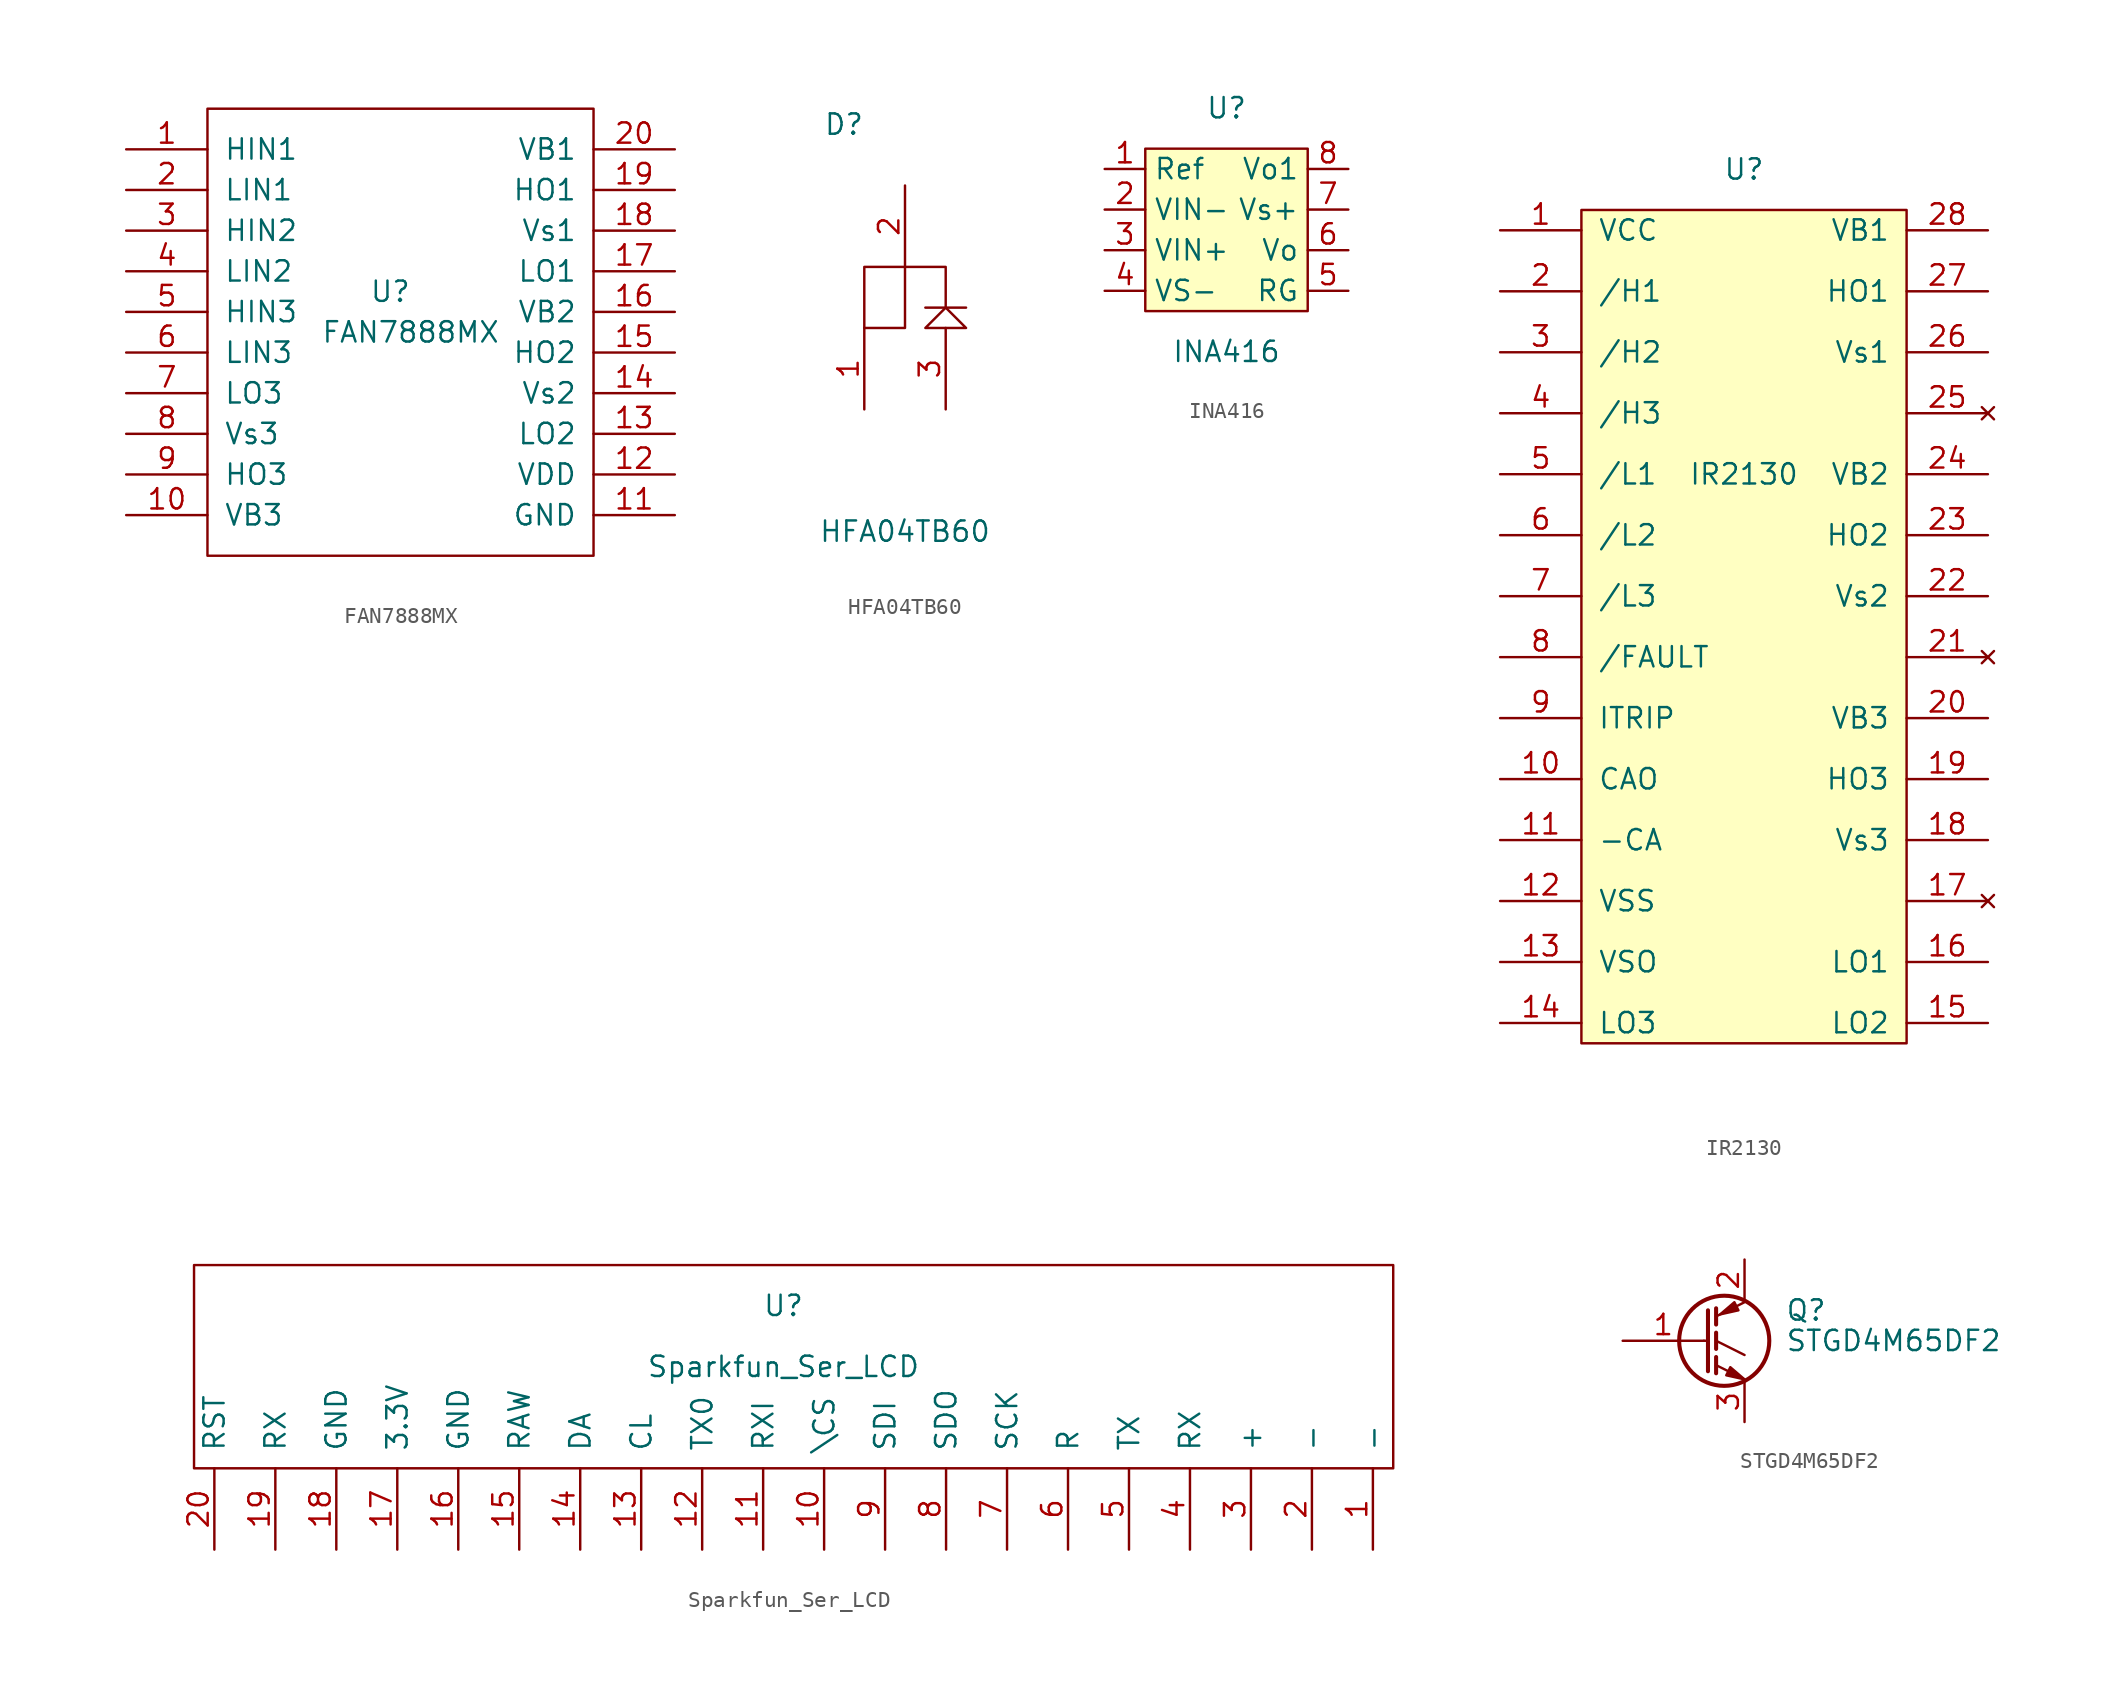
<source format=kicad_sym>
(kicad_symbol_lib
  (version 20231120)
  (generator "kicad_symbol_editor")
  (generator_version "8.0")
  (symbol "FAN7888MX"
    (pin_names
      (offset 1.016))
    (property "Reference" "U"
      (at -1.27 2.54 0)
      (effects (font (size 1.27 1.27))))
    (property "Value" "FAN7888MX"
      (at 0 0 0)
      (effects (font (size 1.27 1.27))))
    (symbol "FAN7888MX_0_1"
      (rectangle (start -12.7 13.97) (end 11.43 -13.97) (stroke (width 0) (type default)) (fill (type none))))
    (symbol "FAN7888MX_1_1"
      (pin input line (at -17.78 11.43 0) (length 5.08) (name "HIN1" (effects (font (size 1.27 1.27)))) (number "1" (effects (font (size 1.27 1.27)))))
      (pin output line (at -17.78 -11.43 0) (length 5.08) (name "VB3" (effects (font (size 1.27 1.27)))) (number "10" (effects (font (size 1.27 1.27)))))
      (pin power_in line (at 16.51 -11.43 180) (length 5.08) (name "GND" (effects (font (size 1.27 1.27)))) (number "11" (effects (font (size 1.27 1.27)))))
      (pin output line (at 16.51 -8.89 180) (length 5.08) (name "VDD" (effects (font (size 1.27 1.27)))) (number "12" (effects (font (size 1.27 1.27)))))
      (pin output line (at 16.51 -6.35 180) (length 5.08) (name "LO2" (effects (font (size 1.27 1.27)))) (number "13" (effects (font (size 1.27 1.27)))))
      (pin output line (at 16.51 -3.81 180) (length 5.08) (name "Vs2" (effects (font (size 1.27 1.27)))) (number "14" (effects (font (size 1.27 1.27)))))
      (pin output line (at 16.51 -1.27 180) (length 5.08) (name "HO2" (effects (font (size 1.27 1.27)))) (number "15" (effects (font (size 1.27 1.27)))))
      (pin output line (at 16.51 1.27 180) (length 5.08) (name "VB2" (effects (font (size 1.27 1.27)))) (number "16" (effects (font (size 1.27 1.27)))))
      (pin output line (at 16.51 3.81 180) (length 5.08) (name "LO1" (effects (font (size 1.27 1.27)))) (number "17" (effects (font (size 1.27 1.27)))))
      (pin output line (at 16.51 6.35 180) (length 5.08) (name "Vs1" (effects (font (size 1.27 1.27)))) (number "18" (effects (font (size 1.27 1.27)))))
      (pin output line (at 16.51 8.89 180) (length 5.08) (name "HO1" (effects (font (size 1.27 1.27)))) (number "19" (effects (font (size 1.27 1.27)))))
      (pin input line (at -17.78 8.89 0) (length 5.08) (name "LIN1" (effects (font (size 1.27 1.27)))) (number "2" (effects (font (size 1.27 1.27)))))
      (pin output line (at 16.51 11.43 180) (length 5.08) (name "VB1" (effects (font (size 1.27 1.27)))) (number "20" (effects (font (size 1.27 1.27)))))
      (pin input line (at -17.78 6.35 0) (length 5.08) (name "HIN2" (effects (font (size 1.27 1.27)))) (number "3" (effects (font (size 1.27 1.27)))))
      (pin input line (at -17.78 3.81 0) (length 5.08) (name "LIN2" (effects (font (size 1.27 1.27)))) (number "4" (effects (font (size 1.27 1.27)))))
      (pin input line (at -17.78 1.27 0) (length 5.08) (name "HIN3" (effects (font (size 1.27 1.27)))) (number "5" (effects (font (size 1.27 1.27)))))
      (pin input line (at -17.78 -1.27 0) (length 5.08) (name "LIN3" (effects (font (size 1.27 1.27)))) (number "6" (effects (font (size 1.27 1.27)))))
      (pin output line (at -17.78 -3.81 0) (length 5.08) (name "LO3" (effects (font (size 1.27 1.27)))) (number "7" (effects (font (size 1.27 1.27)))))
      (pin output line (at -17.78 -6.35 0) (length 5.08) (name "Vs3" (effects (font (size 1.27 1.27)))) (number "8" (effects (font (size 1.27 1.27)))))
      (pin output line (at -17.78 -8.89 0) (length 5.08) (name "HO3" (effects (font (size 1.27 1.27)))) (number "9" (effects (font (size 1.27 1.27)))))))
  (symbol "HFA04TB60"
    (pin_names
      (offset 1.016))
    (property "Reference" "D"
      (at -3.81 11.43 0)
      (effects (font (size 1.27 1.27))))
    (property "Value" "HFA04TB60"
      (at 0 -13.97 0)
      (effects (font (size 1.27 1.27))))
    (symbol "HFA04TB60_0_1"
      (polyline (pts (xy 2.54 -1.27) (xy 3.81 -1.27) (xy 2.54 0) (xy 1.27 -1.27) (xy 2.54 -1.27)) (stroke (width 0) (type default)) (fill (type none)))
      (polyline (pts (xy 1.27 0) (xy 3.81 0) (xy 2.54 0) (xy 2.54 2.54) (xy 0 2.54) (xy -2.54 2.54) (xy -2.54 -1.27) (xy 0 -1.27) (xy 0 2.54)) (stroke (width 0) (type default)) (fill (type none))))
    (symbol "HFA04TB60_1_1"
      (pin input line (at -2.54 -6.35 90) (length 5.08) (name "~" (effects (font (size 1.27 1.27)))) (number "1" (effects (font (size 1.27 1.27)))))
      (pin input line (at 0 7.62 270) (length 5.08) (name "~" (effects (font (size 1.27 1.27)))) (number "2" (effects (font (size 1.27 1.27)))))
      (pin input line (at 2.54 -6.35 90) (length 5.08) (name "~" (effects (font (size 1.27 1.27)))) (number "3" (effects (font (size 1.27 1.27)))))))
  (symbol "INA416"
    (property "Reference" "U"
      (at 0 7.62 0)
      (effects (font (size 1.27 1.27))))
    (property "Value" "INA416"
      (at 0 -7.62 0)
      (effects (font (size 1.27 1.27))))
    (symbol "INA416_0_1"
      (rectangle (start -5.08 5.08) (end 5.08 -5.08) (stroke (width 0) (type default)) (fill (type background))))
    (symbol "INA416_1_1"
      (pin input line (at -7.62 3.81 0) (length 2.54) (name "Ref" (effects (font (size 1.27 1.27)))) (number "1" (effects (font (size 1.27 1.27)))))
      (pin input line (at -7.62 1.27 0) (length 2.54) (name "VIN-" (effects (font (size 1.27 1.27)))) (number "2" (effects (font (size 1.27 1.27)))))
      (pin input line (at -7.62 -1.27 0) (length 2.54) (name "VIN+" (effects (font (size 1.27 1.27)))) (number "3" (effects (font (size 1.27 1.27)))))
      (pin input line (at -7.62 -3.81 0) (length 2.54) (name "VS-" (effects (font (size 1.27 1.27)))) (number "4" (effects (font (size 1.27 1.27)))))
      (pin input line (at 7.62 -3.81 180) (length 2.54) (name "RG" (effects (font (size 1.27 1.27)))) (number "5" (effects (font (size 1.27 1.27)))))
      (pin input line (at 7.62 -1.27 180) (length 2.54) (name "Vo" (effects (font (size 1.27 1.27)))) (number "6" (effects (font (size 1.27 1.27)))))
      (pin input line (at 7.62 1.27 180) (length 2.54) (name "Vs+" (effects (font (size 1.27 1.27)))) (number "7" (effects (font (size 1.27 1.27)))))
      (pin input line (at 7.62 3.81 180) (length 2.54) (name "Vo1" (effects (font (size 1.27 1.27)))) (number "8" (effects (font (size 1.27 1.27)))))))
  (symbol "IR2130"
    (pin_names
      (offset 1.016))
    (property "Reference" "U"
      (at 0 29.21 0)
      (effects (font (size 1.27 1.27))))
    (property "Value" "IR2130"
      (at 0 10.16 0)
      (effects (font (size 1.27 1.27))))
    (symbol "IR2130_0_1"
      (rectangle (start -10.16 26.67) (end 10.16 -25.4) (stroke (width 0) (type default)) (fill (type background))))
    (symbol "IR2130_1_1"
      (pin power_in line (at -15.24 25.4 0) (length 5.08) (name "VCC" (effects (font (size 1.27 1.27)))) (number "1" (effects (font (size 1.27 1.27)))))
      (pin output line (at -15.24 -8.89 0) (length 5.08) (name "CAO" (effects (font (size 1.27 1.27)))) (number "10" (effects (font (size 1.27 1.27)))))
      (pin input line (at -15.24 -12.7 0) (length 5.08) (name "-CA" (effects (font (size 1.27 1.27)))) (number "11" (effects (font (size 1.27 1.27)))))
      (pin power_in line (at -15.24 -16.51 0) (length 5.08) (name "VSS" (effects (font (size 1.27 1.27)))) (number "12" (effects (font (size 1.27 1.27)))))
      (pin power_in line (at -15.24 -20.32 0) (length 5.08) (name "VSO" (effects (font (size 1.27 1.27)))) (number "13" (effects (font (size 1.27 1.27)))))
      (pin power_out line (at -15.24 -24.13 0) (length 5.08) (name "LO3" (effects (font (size 1.27 1.27)))) (number "14" (effects (font (size 1.27 1.27)))))
      (pin power_out line (at 15.24 -24.13 180) (length 5.08) (name "LO2" (effects (font (size 1.27 1.27)))) (number "15" (effects (font (size 1.27 1.27)))))
      (pin power_out line (at 15.24 -20.32 180) (length 5.08) (name "LO1" (effects (font (size 1.27 1.27)))) (number "16" (effects (font (size 1.27 1.27)))))
      (pin no_connect line (at 15.24 -16.51 180) (length 5.08) (name "~" (effects (font (size 1.27 1.27)))) (number "17" (effects (font (size 1.27 1.27)))))
      (pin input line (at 15.24 -12.7 180) (length 5.08) (name "Vs3" (effects (font (size 1.27 1.27)))) (number "18" (effects (font (size 1.27 1.27)))))
      (pin power_out line (at 15.24 -8.89 180) (length 5.08) (name "HO3" (effects (font (size 1.27 1.27)))) (number "19" (effects (font (size 1.27 1.27)))))
      (pin input line (at -15.24 21.59 0) (length 5.08) (name "/H1" (effects (font (size 1.27 1.27)))) (number "2" (effects (font (size 1.27 1.27)))))
      (pin power_in line (at 15.24 -5.08 180) (length 5.08) (name "VB3" (effects (font (size 1.27 1.27)))) (number "20" (effects (font (size 1.27 1.27)))))
      (pin no_connect line (at 15.24 -1.27 180) (length 5.08) (name "~" (effects (font (size 1.27 1.27)))) (number "21" (effects (font (size 1.27 1.27)))))
      (pin input line (at 15.24 2.54 180) (length 5.08) (name "Vs2" (effects (font (size 1.27 1.27)))) (number "22" (effects (font (size 1.27 1.27)))))
      (pin power_out line (at 15.24 6.35 180) (length 5.08) (name "HO2" (effects (font (size 1.27 1.27)))) (number "23" (effects (font (size 1.27 1.27)))))
      (pin power_in line (at 15.24 10.16 180) (length 5.08) (name "VB2" (effects (font (size 1.27 1.27)))) (number "24" (effects (font (size 1.27 1.27)))))
      (pin no_connect line (at 15.24 13.97 180) (length 5.08) (name "~" (effects (font (size 1.27 1.27)))) (number "25" (effects (font (size 1.27 1.27)))))
      (pin input line (at 15.24 17.78 180) (length 5.08) (name "Vs1" (effects (font (size 1.27 1.27)))) (number "26" (effects (font (size 1.27 1.27)))))
      (pin power_out line (at 15.24 21.59 180) (length 5.08) (name "HO1" (effects (font (size 1.27 1.27)))) (number "27" (effects (font (size 1.27 1.27)))))
      (pin power_in line (at 15.24 25.4 180) (length 5.08) (name "VB1" (effects (font (size 1.27 1.27)))) (number "28" (effects (font (size 1.27 1.27)))))
      (pin input line (at -15.24 17.78 0) (length 5.08) (name "/H2" (effects (font (size 1.27 1.27)))) (number "3" (effects (font (size 1.27 1.27)))))
      (pin input line (at -15.24 13.97 0) (length 5.08) (name "/H3" (effects (font (size 1.27 1.27)))) (number "4" (effects (font (size 1.27 1.27)))))
      (pin input line (at -15.24 10.16 0) (length 5.08) (name "/L1" (effects (font (size 1.27 1.27)))) (number "5" (effects (font (size 1.27 1.27)))))
      (pin input line (at -15.24 6.35 0) (length 5.08) (name "/L2" (effects (font (size 1.27 1.27)))) (number "6" (effects (font (size 1.27 1.27)))))
      (pin input line (at -15.24 2.54 0) (length 5.08) (name "/L3" (effects (font (size 1.27 1.27)))) (number "7" (effects (font (size 1.27 1.27)))))
      (pin output line (at -15.24 -1.27 0) (length 5.08) (name "/FAULT" (effects (font (size 1.27 1.27)))) (number "8" (effects (font (size 1.27 1.27)))))
      (pin input line (at -15.24 -5.08 0) (length 5.08) (name "ITRIP" (effects (font (size 1.27 1.27)))) (number "9" (effects (font (size 1.27 1.27)))))))
  (symbol "Sparkfun_Ser_LCD"
    (pin_names
      (offset 1.016))
    (property "Reference" "U"
      (at 0 2.54 0)
      (effects (font (size 1.27 1.27))))
    (property "Value" "Sparkfun_Ser_LCD"
      (at 0 -1.27 0)
      (effects (font (size 1.27 1.27))))
    (symbol "Sparkfun_Ser_LCD_0_1"
      (rectangle (start -36.83 5.08) (end 38.1 -7.62) (stroke (width 0) (type default)) (fill (type none))))
    (symbol "Sparkfun_Ser_LCD_1_1"
      (pin bidirectional line (at 36.83 -12.7 90) (length 5.08) (name "-" (effects (font (size 1.27 1.27)))) (number "1" (effects (font (size 1.27 1.27)))))
      (pin bidirectional line (at 2.54 -12.7 90) (length 5.08) (name "\\CS" (effects (font (size 1.27 1.27)))) (number "10" (effects (font (size 1.27 1.27)))))
      (pin bidirectional line (at -1.27 -12.7 90) (length 5.08) (name "RXI" (effects (font (size 1.27 1.27)))) (number "11" (effects (font (size 1.27 1.27)))))
      (pin bidirectional line (at -5.08 -12.7 90) (length 5.08) (name "TX0" (effects (font (size 1.27 1.27)))) (number "12" (effects (font (size 1.27 1.27)))))
      (pin bidirectional line (at -8.89 -12.7 90) (length 5.08) (name "CL" (effects (font (size 1.27 1.27)))) (number "13" (effects (font (size 1.27 1.27)))))
      (pin bidirectional line (at -12.7 -12.7 90) (length 5.08) (name "DA" (effects (font (size 1.27 1.27)))) (number "14" (effects (font (size 1.27 1.27)))))
      (pin bidirectional line (at -16.51 -12.7 90) (length 5.08) (name "RAW" (effects (font (size 1.27 1.27)))) (number "15" (effects (font (size 1.27 1.27)))))
      (pin power_in line (at -20.32 -12.7 90) (length 5.08) (name "GND" (effects (font (size 1.27 1.27)))) (number "16" (effects (font (size 1.27 1.27)))))
      (pin power_in line (at -24.13 -12.7 90) (length 5.08) (name "3.3V" (effects (font (size 1.27 1.27)))) (number "17" (effects (font (size 1.27 1.27)))))
      (pin power_in line (at -27.94 -12.7 90) (length 5.08) (name "GND" (effects (font (size 1.27 1.27)))) (number "18" (effects (font (size 1.27 1.27)))))
      (pin output line (at -31.75 -12.7 90) (length 5.08) (name "RX" (effects (font (size 1.27 1.27)))) (number "19" (effects (font (size 1.27 1.27)))))
      (pin bidirectional line (at 33.02 -12.7 90) (length 5.08) (name "-" (effects (font (size 1.27 1.27)))) (number "2" (effects (font (size 1.27 1.27)))))
      (pin output line (at -35.56 -12.7 90) (length 5.08) (name "RST" (effects (font (size 1.27 1.27)))) (number "20" (effects (font (size 1.27 1.27)))))
      (pin bidirectional line (at 29.21 -12.7 90) (length 5.08) (name "+" (effects (font (size 1.27 1.27)))) (number "3" (effects (font (size 1.27 1.27)))))
      (pin bidirectional line (at 25.4 -12.7 90) (length 5.08) (name "RX" (effects (font (size 1.27 1.27)))) (number "4" (effects (font (size 1.27 1.27)))))
      (pin bidirectional line (at 21.59 -12.7 90) (length 5.08) (name "TX" (effects (font (size 1.27 1.27)))) (number "5" (effects (font (size 1.27 1.27)))))
      (pin bidirectional line (at 17.78 -12.7 90) (length 5.08) (name "R" (effects (font (size 1.27 1.27)))) (number "6" (effects (font (size 1.27 1.27)))))
      (pin bidirectional line (at 13.97 -12.7 90) (length 5.08) (name "SCK" (effects (font (size 1.27 1.27)))) (number "7" (effects (font (size 1.27 1.27)))))
      (pin bidirectional line (at 10.16 -12.7 90) (length 5.08) (name "SDO" (effects (font (size 1.27 1.27)))) (number "8" (effects (font (size 1.27 1.27)))))
      (pin bidirectional line (at 6.35 -12.7 90) (length 5.08) (name "SDI" (effects (font (size 1.27 1.27)))) (number "9" (effects (font (size 1.27 1.27)))))))
  (symbol "STGD4M65DF2"
    (pin_names
      (offset 0) hide)
    (property "Reference" "Q"
      (at 5.08 1.905 0)
      (effects (font (size 1.27 1.27)) (justify left)))
    (property "Value" "STGD4M65DF2"
      (at 5.08 0 0)
      (effects (font (size 1.27 1.27)) (justify left)))
    (symbol "STGD4M65DF2_0_1"
      (polyline (pts (xy 0 0) (xy 0.254 0)) (stroke (width 0) (type default)) (fill (type none)))
      (polyline (pts (xy 0.762 -1.016) (xy 0.762 -2.032)) (stroke (width 0.254) (type default)) (fill (type none)))
      (polyline (pts (xy 0.762 0.508) (xy 0.762 -0.508)) (stroke (width 0.254) (type default)) (fill (type none)))
      (polyline (pts (xy 0.762 2.032) (xy 0.762 1.016)) (stroke (width 0.254) (type default)) (fill (type none)))
      (polyline (pts (xy 2.54 -2.413) (xy 0.762 -1.524)) (stroke (width 0) (type default)) (fill (type none)))
      (polyline (pts (xy 2.54 -0.889) (xy 0.762 0)) (stroke (width 0) (type default)) (fill (type none)))
      (polyline (pts (xy 2.54 2.413) (xy 0.762 1.524)) (stroke (width 0) (type default)) (fill (type none)))
      (polyline (pts (xy 0.254 1.905) (xy 0.254 -1.905) (xy 0.254 -1.905)) (stroke (width 0.254) (type default)) (fill (type none)))
      (polyline (pts (xy 1.397 -2.159) (xy 1.651 -1.651) (xy 2.54 -2.413) (xy 1.397 -2.159)) (stroke (width 0) (type default)) (fill (type outline)))
      (polyline (pts (xy 2.159 1.905) (xy 1.905 2.413) (xy 1.016 1.651) (xy 2.159 1.905)) (stroke (width 0) (type default)) (fill (type outline)))
      (circle (center 1.27 0) (radius 2.819) (stroke (width 0.254) (type default)) (fill (type none))))
    (symbol "STGD4M65DF2_1_1"
      (pin input line (at -5.08 0 0) (length 5.08) (name "G" (effects (font (size 1.27 1.27)))) (number "1" (effects (font (size 1.27 1.27)))))
      (pin passive line (at 2.54 5.08 270) (length 2.54) (name "C" (effects (font (size 1.27 1.27)))) (number "2" (effects (font (size 1.27 1.27)))))
      (pin passive line (at 2.54 -5.08 90) (length 2.54) (name "E" (effects (font (size 1.27 1.27)))) (number "3" (effects (font (size 1.27 1.27))))))))
</source>
